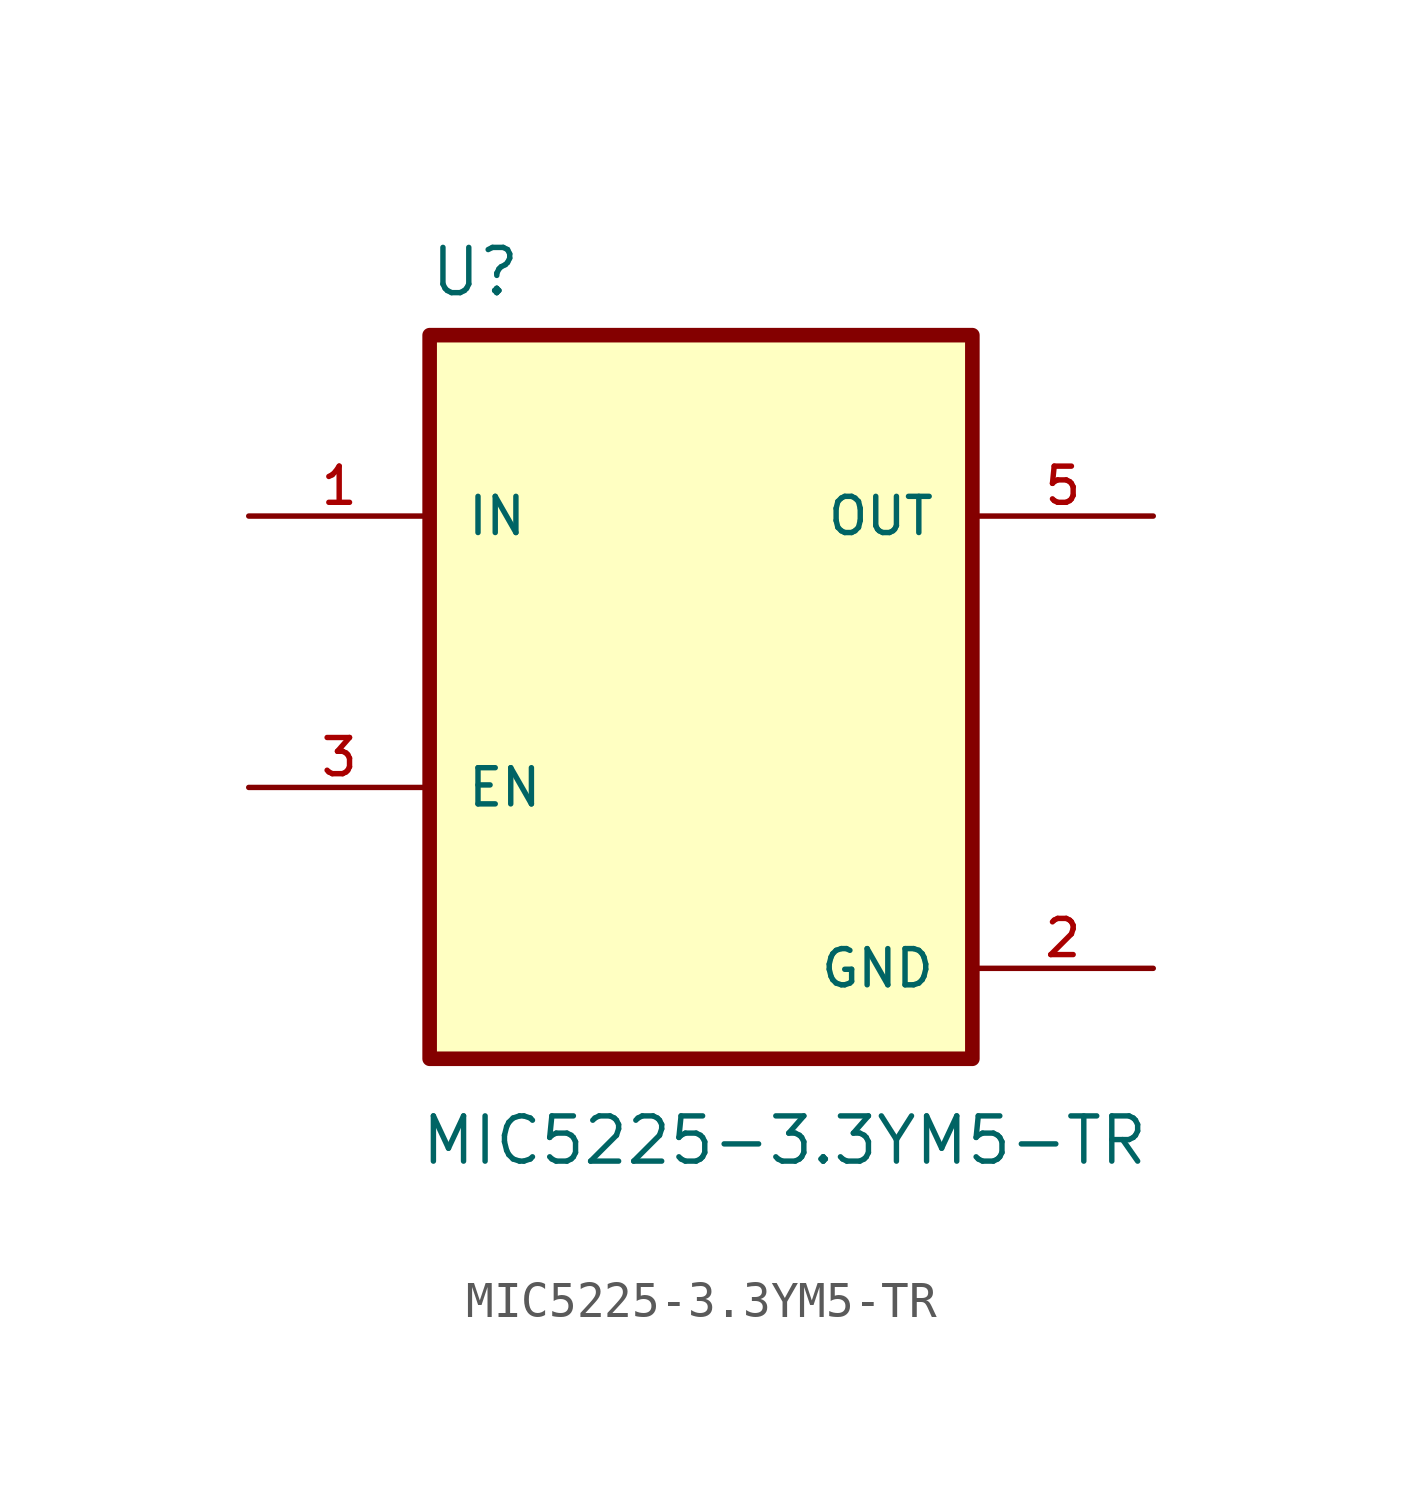
<source format=kicad_sym>
(kicad_symbol_lib
  (version 20211014)
  (generator kicad_symbol_editor)
  (symbol "MIC5225-3.3YM5-TR"
    (pin_names
      (offset 1.016))
    (property "Reference" "U"
      (at -7.649 11.191 0.0)
      (effects (font (size 1.27 1.27)) (justify bottom left)))
    (property "Value" "MIC5225-3.3YM5-TR"
      (at -7.917 -13.197 0.0)
      (effects (font (size 1.27 1.27)) (justify bottom left)))
    (symbol "MIC5225-3.3YM5-TR_0_0"
      (rectangle (start -7.62 -10.16) (end 7.62 10.16) (stroke (width 0.41)) (fill (type background)))
      (pin input line (at -12.7 5.08 0) (length 5.08) (name "IN" (effects (font (size 1.016 1.016)))) (number "1" (effects (font (size 1.016 1.016)))))
      (pin input line (at -12.7 -2.54 0) (length 5.08) (name "EN" (effects (font (size 1.016 1.016)))) (number "3" (effects (font (size 1.016 1.016)))))
      (pin output line (at 12.7 5.08 180.0) (length 5.08) (name "OUT" (effects (font (size 1.016 1.016)))) (number "5" (effects (font (size 1.016 1.016)))))
      (pin power_in line (at 12.7 -7.62 180.0) (length 5.08) (name "GND" (effects (font (size 1.016 1.016)))) (number "2" (effects (font (size 1.016 1.016))))))))
</source>
